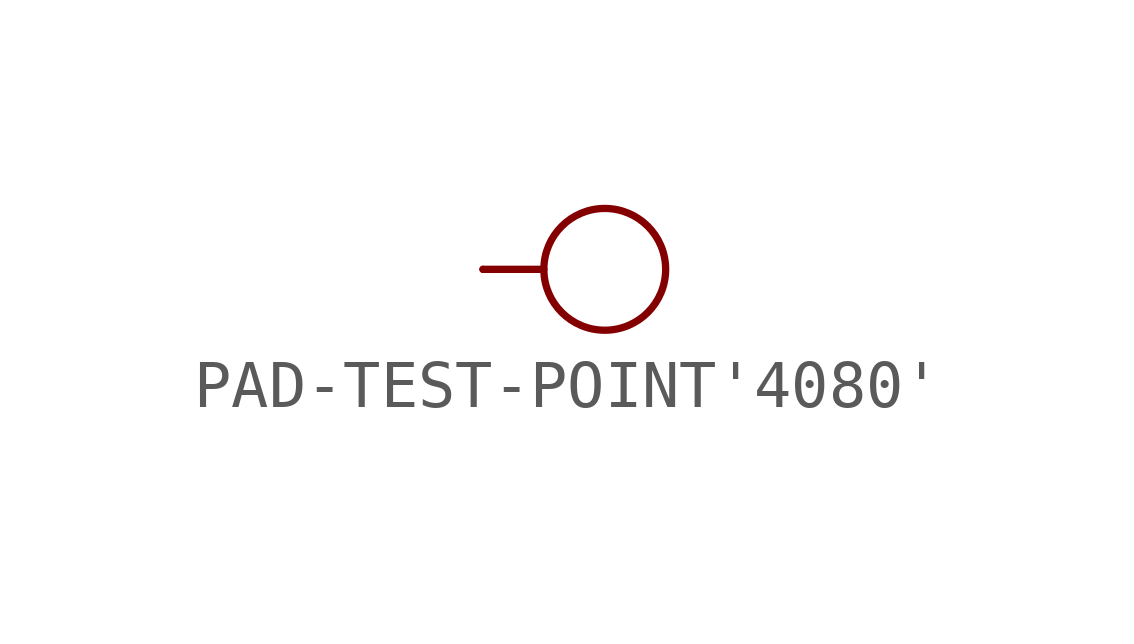
<source format=kicad_sym>
(kicad_symbol_lib
  (version 20220914)
  (generator kicad_symbol_editor)
  (symbol "PAD-TEST-POINT'4080'"
    (property "Reference" "TP"
      (at -5.08 0 0)
      (effects (font (size 0.813 0.691)) (justify left bottom) hide))
    (property "ki_locked" ""
      (at 0 0 0)
      (effects (font (size 1.27 1.27))))
    (symbol "PAD-TEST-POINT'4080'_1_0"
      (polyline (pts (xy -2.54 0) (xy -1.27 0)) (stroke (width 0.152) (type solid)) (fill (type none)))
      (circle (center 0 0) (radius 1.27) (stroke (width 0.152) (type solid)) (fill (type none)))
      (pin bidirectional line (at -2.54 0 0) (length 0) (name "T" (effects (font (size 0 0)))) (number "1" (effects (font (size 0 0))))))))
</source>
